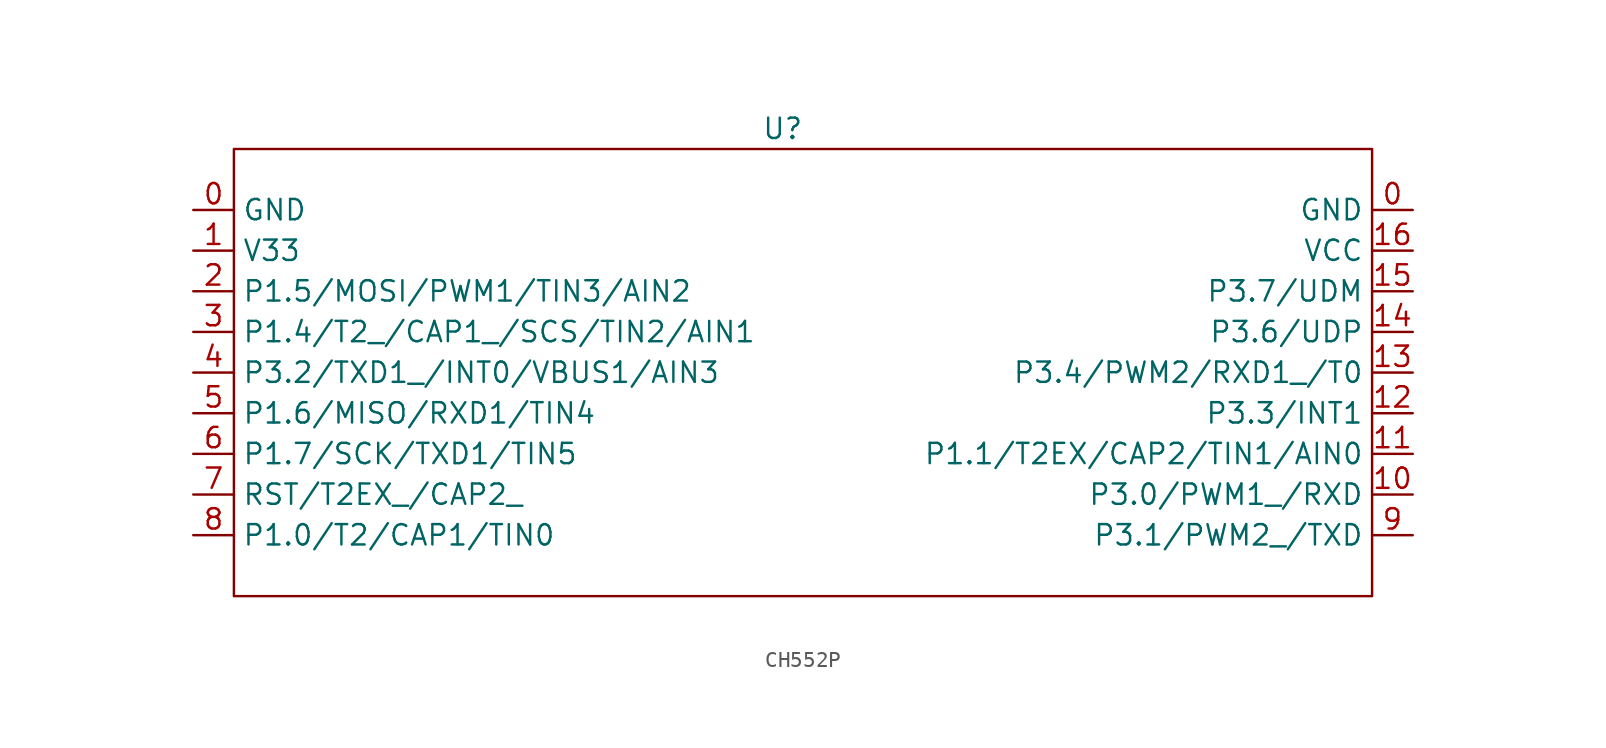
<source format=kicad_sym>
(kicad_symbol_lib
  (version 20220914)
  (generator kicad_symbol_editor)
  (symbol "CH552P"
    (property "Reference" "U"
      (at -1.27 12.7 0)
      (effects (font (size 1.27 1.27))))
    (property "Value" ""
      (at 0 0 0)
      (effects (font (size 1.27 1.27))))
    (symbol "CH552P_0_1"
      (rectangle (start -35.56 11.43) (end 35.56 -16.51) (stroke (width 0) (type default)) (fill (type none))))
    (symbol "CH552P_1_1"
      (pin power_in line (at -38.1 7.62 0) (length 2.54) (name "GND" (effects (font (size 1.27 1.27)))) (number "0" (effects (font (size 1.27 1.27)))))
      (pin power_in line (at 38.1 7.62 180) (length 2.54) (name "GND" (effects (font (size 1.27 1.27)))) (number "0" (effects (font (size 1.27 1.27)))))
      (pin power_out line (at -38.1 5.08 0) (length 2.54) (name "V33" (effects (font (size 1.27 1.27)))) (number "1" (effects (font (size 1.27 1.27)))))
      (pin bidirectional line (at 38.1 -10.16 180) (length 2.54) (name "P3.0/PWM1_/RXD" (effects (font (size 1.27 1.27)))) (number "10" (effects (font (size 1.27 1.27)))))
      (pin bidirectional line (at 38.1 -7.62 180) (length 2.54) (name "P1.1/T2EX/CAP2/TIN1/AIN0" (effects (font (size 1.27 1.27)))) (number "11" (effects (font (size 1.27 1.27)))))
      (pin bidirectional line (at 38.1 -5.08 180) (length 2.54) (name "P3.3/INT1" (effects (font (size 1.27 1.27)))) (number "12" (effects (font (size 1.27 1.27)))))
      (pin bidirectional line (at 38.1 -2.54 180) (length 2.54) (name "P3.4/PWM2/RXD1_/T0" (effects (font (size 1.27 1.27)))) (number "13" (effects (font (size 1.27 1.27)))))
      (pin bidirectional line (at 38.1 0 180) (length 2.54) (name "P3.6/UDP" (effects (font (size 1.27 1.27)))) (number "14" (effects (font (size 1.27 1.27)))))
      (pin bidirectional line (at 38.1 2.54 180) (length 2.54) (name "P3.7/UDM" (effects (font (size 1.27 1.27)))) (number "15" (effects (font (size 1.27 1.27)))))
      (pin power_in line (at 38.1 5.08 180) (length 2.54) (name "VCC" (effects (font (size 1.27 1.27)))) (number "16" (effects (font (size 1.27 1.27)))))
      (pin bidirectional line (at -38.1 2.54 0) (length 2.54) (name "P1.5/MOSI/PWM1/TIN3/AIN2" (effects (font (size 1.27 1.27)))) (number "2" (effects (font (size 1.27 1.27)))))
      (pin bidirectional line (at -38.1 0 0) (length 2.54) (name "P1.4/T2_/CAP1_/SCS/TIN2/AIN1" (effects (font (size 1.27 1.27)))) (number "3" (effects (font (size 1.27 1.27)))))
      (pin bidirectional line (at -38.1 -2.54 0) (length 2.54) (name "P3.2/TXD1_/INT0/VBUS1/AIN3" (effects (font (size 1.27 1.27)))) (number "4" (effects (font (size 1.27 1.27)))))
      (pin bidirectional line (at -38.1 -5.08 0) (length 2.54) (name "P1.6/MISO/RXD1/TIN4" (effects (font (size 1.27 1.27)))) (number "5" (effects (font (size 1.27 1.27)))))
      (pin bidirectional line (at -38.1 -7.62 0) (length 2.54) (name "P1.7/SCK/TXD1/TIN5" (effects (font (size 1.27 1.27)))) (number "6" (effects (font (size 1.27 1.27)))))
      (pin bidirectional line (at -38.1 -10.16 0) (length 2.54) (name "RST/T2EX_/CAP2_" (effects (font (size 1.27 1.27)))) (number "7" (effects (font (size 1.27 1.27)))))
      (pin bidirectional line (at -38.1 -12.7 0) (length 2.54) (name "P1.0/T2/CAP1/TIN0" (effects (font (size 1.27 1.27)))) (number "8" (effects (font (size 1.27 1.27)))))
      (pin bidirectional line (at 38.1 -12.7 180) (length 2.54) (name "P3.1/PWM2_/TXD" (effects (font (size 1.27 1.27)))) (number "9" (effects (font (size 1.27 1.27))))))))
</source>
